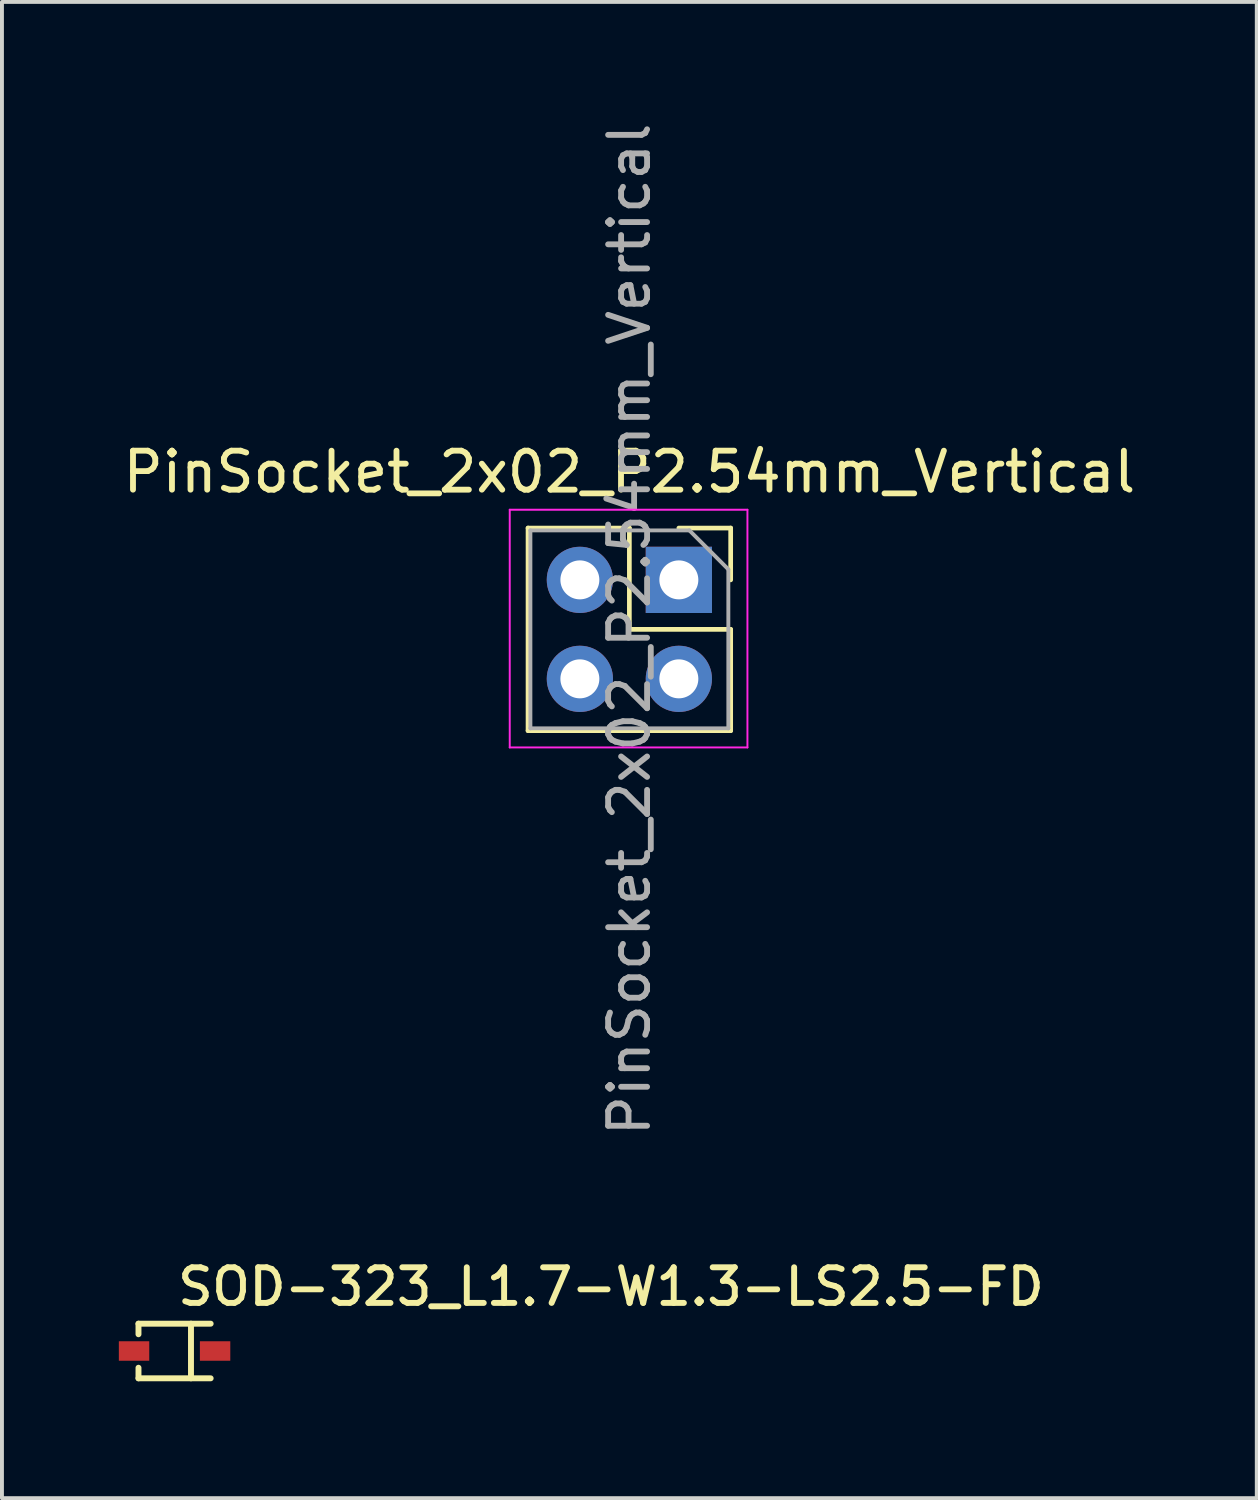
<source format=kicad_pcb>
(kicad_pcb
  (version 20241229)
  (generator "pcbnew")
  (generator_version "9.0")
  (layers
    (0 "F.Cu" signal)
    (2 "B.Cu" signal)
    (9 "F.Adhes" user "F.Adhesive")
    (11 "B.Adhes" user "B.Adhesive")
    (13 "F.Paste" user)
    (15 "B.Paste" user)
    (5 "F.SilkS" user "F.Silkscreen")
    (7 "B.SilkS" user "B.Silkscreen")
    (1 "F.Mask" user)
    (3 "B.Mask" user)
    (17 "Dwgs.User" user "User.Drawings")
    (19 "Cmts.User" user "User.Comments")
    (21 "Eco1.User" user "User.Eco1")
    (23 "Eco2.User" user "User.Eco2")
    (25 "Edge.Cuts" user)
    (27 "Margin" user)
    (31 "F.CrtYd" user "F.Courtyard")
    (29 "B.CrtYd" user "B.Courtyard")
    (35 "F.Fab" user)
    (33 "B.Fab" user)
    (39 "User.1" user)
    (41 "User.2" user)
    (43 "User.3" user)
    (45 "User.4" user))
  (footprint "SOD-323_L1.7-W1.3-LS2.5-FD"
    (layer "F.Cu")
    (at 1.43 31.62)
    (property "Reference" "SOD-323_L1.7-W1.3-LS2.5-FD" (at 0 -2.184 0) (layer "F.SilkS") (effects (font (size 0.914 0.914) (thickness 0.152)) (justify left top)))
    (fp_line (start -0.926 -0.701) (end -0.926 -0.43) (stroke (width 0.152) (type default)) (layer "F.SilkS"))
    (fp_line (start -0.926 -0.701) (end 0.926 -0.701) (stroke (width 0.152) (type default)) (layer "F.SilkS"))
    (fp_line (start -0.926 0.43) (end -0.926 0.701) (stroke (width 0.152) (type default)) (layer "F.SilkS"))
    (fp_line (start -0.926 0.701) (end 0.926 0.701) (stroke (width 0.152) (type default)) (layer "F.SilkS"))
    (fp_line (start 0.421 -0.701) (end 0.421 0.701) (stroke (width 0.152) (type default)) (layer "F.SilkS"))
    (fp_circle (center -1.25 0.625) (end -1.22 0.625) (stroke (width 0.06) (type default)) (fill no) (layer "User.5"))
    (pad "1" smd rect (at -1.04 0) (size 0.78 0.5) (layers "F.Cu" "F.Mask" "F.Paste"))
    (pad "2" smd rect (at 1.04 0) (size 0.78 0.5) (layers "F.Cu" "F.Mask" "F.Paste"))
    (zone (net_name "") (layer "F.SilkS") (hatch edge 0.5) (priority 100) (connect_pads yes) (min_thickness 0) (filled_areas_thickness no) (fill yes) (polygon (pts (xy 2.28 31.3) (xy 2.585 31.3) (xy 2.585 30.843) (xy 2.28 30.843))) (filled_polygon (layer "F.SilkS") (island) (pts (xy 2.28 31.3) (xy 2.585 31.3) (xy 2.585 30.843) (xy 2.28 30.843))))
    (zone (net_name "") (layer "F.SilkS") (hatch edge 0.5) (priority 100) (connect_pads yes) (min_thickness 0) (filled_areas_thickness no) (fill yes) (polygon (pts (xy 2.28 31.94) (xy 2.585 31.94) (xy 2.585 32.397) (xy 2.28 32.397))) (filled_polygon (layer "F.SilkS") (island) (pts (xy 2.28 31.94) (xy 2.585 31.94) (xy 2.585 32.397) (xy 2.28 32.397))))
    (zone (net_name "") (layer "Dwgs.User") (hatch edge 0.5) (priority 100) (connect_pads yes) (min_thickness 0) (filled_areas_thickness no) (fill yes) (polygon (pts (xy 0.316 31.703) (xy 0.316 31.553) (xy 0.916 31.553) (xy 0.916 31.703))) (filled_polygon (layer "Dwgs.User") (island) (pts (xy 0.316 31.703) (xy 0.316 31.553) (xy 0.916 31.553) (xy 0.916 31.703))))
    (zone (net_name "") (layer "Dwgs.User") (hatch edge 0.5) (priority 100) (connect_pads yes) (min_thickness 0) (filled_areas_thickness no) (fill yes) (polygon (pts (xy 0.541 32.128) (xy 0.541 31.128) (xy 0.691 31.128) (xy 0.691 32.128))) (filled_polygon (layer "Dwgs.User") (island) (pts (xy 0.541 32.128) (xy 0.541 31.128) (xy 0.691 31.128) (xy 0.691 32.128))))
    (zone (net_name "") (layer "Dwgs.User") (hatch edge 0.5) (priority 100) (connect_pads yes) (min_thickness 0) (filled_areas_thickness no) (fill yes) (polygon (pts (xy 2.746 31.695) (xy 2.746 31.545) (xy 2.146 31.545) (xy 2.146 31.695))) (filled_polygon (layer "Dwgs.User") (island) (pts (xy 2.746 31.695) (xy 2.746 31.545) (xy 2.146 31.545) (xy 2.146 31.695))))
    (zone (net_name "") (layer "User.3") (hatch edge 0.5) (priority 100) (connect_pads yes) (min_thickness 0) (filled_areas_thickness no) (fill yes) (polygon (pts (xy 0.58 32.245) (xy 2.28 32.245) (xy 2.28 30.995) (xy 0.58 30.995))) (filled_polygon (layer "User.3") (island) (pts (xy 0.58 32.245) (xy 2.28 32.245) (xy 2.28 30.995) (xy 0.58 30.995))))
    (zone (net_name "") (layer "User.4") (hatch edge 0.5) (priority 100) (connect_pads yes) (min_thickness 0) (filled_areas_thickness no) (fill yes) (polygon (pts (xy 0.18 31.78) (xy 0.48 31.78) (xy 0.48 31.46) (xy 0.18 31.46))) (filled_polygon (layer "User.4") (island) (pts (xy 0.18 31.78) (xy 0.48 31.78) (xy 0.48 31.46) (xy 0.18 31.46))))
    (zone (net_name "") (layer "User.4") (hatch edge 0.5) (priority 100) (connect_pads) (min_thickness 0) (filled_areas_thickness no) (keepout (tracks allowed) (vias allowed) (pads allowed) (copperpour not_allowed) (footprints allowed)) (placement (enabled no)) (fill) (polygon (pts (xy 0.47 31.78) (xy 0.59 31.78) (xy 0.59 31.46) (xy 0.47 31.46))))
    (zone (net_name "") (layer "User.4") (hatch edge 0.5) (priority 100) (connect_pads) (min_thickness 0) (filled_areas_thickness no) (keepout (tracks allowed) (vias allowed) (pads allowed) (copperpour not_allowed) (footprints allowed)) (placement (enabled no)) (fill) (polygon (pts (xy 2.39 31.78) (xy 2.27 31.78) (xy 2.27 31.46) (xy 2.39 31.46))))
    (zone (net_name "") (layer "User.4") (hatch edge 0.5) (priority 100) (connect_pads yes) (min_thickness 0) (filled_areas_thickness no) (fill yes) (polygon (pts (xy 2.68 31.78) (xy 2.38 31.78) (xy 2.38 31.46) (xy 2.68 31.46))) (filled_polygon (layer "User.4") (island) (pts (xy 2.68 31.78) (xy 2.38 31.78) (xy 2.38 31.46) (xy 2.68 31.46)))))
  (footprint "PinSocket_2x02_P2.54mm_Vertical"
    (layer "F.Cu")
    (at 14.371 11.831)
    (property "Reference" "PinSocket_2x02_P2.54mm_Vertical" (at -1.27 -2.77 0) (layer "F.SilkS") (effects (font (size 1 1) (thickness 0.15))))
    (attr through_hole)
    (fp_line (start -3.87 -1.33) (end -3.87 3.87) (stroke (width 0.12) (type solid)) (layer "F.SilkS"))
    (fp_line (start -3.87 -1.33) (end -1.27 -1.33) (stroke (width 0.12) (type solid)) (layer "F.SilkS"))
    (fp_line (start -3.87 3.87) (end 1.33 3.87) (stroke (width 0.12) (type solid)) (layer "F.SilkS"))
    (fp_line (start -1.27 -1.33) (end -1.27 1.27) (stroke (width 0.12) (type solid)) (layer "F.SilkS"))
    (fp_line (start -1.27 1.27) (end 1.33 1.27) (stroke (width 0.12) (type solid)) (layer "F.SilkS"))
    (fp_line (start 0 -1.33) (end 1.33 -1.33) (stroke (width 0.12) (type solid)) (layer "F.SilkS"))
    (fp_line (start 1.33 -1.33) (end 1.33 0) (stroke (width 0.12) (type solid)) (layer "F.SilkS"))
    (fp_line (start 1.33 1.27) (end 1.33 3.87) (stroke (width 0.12) (type solid)) (layer "F.SilkS"))
    (fp_line (start -4.34 -1.8) (end 1.76 -1.8) (stroke (width 0.05) (type solid)) (layer "F.CrtYd"))
    (fp_line (start -4.34 4.3) (end -4.34 -1.8) (stroke (width 0.05) (type solid)) (layer "F.CrtYd"))
    (fp_line (start 1.76 -1.8) (end 1.76 4.3) (stroke (width 0.05) (type solid)) (layer "F.CrtYd"))
    (fp_line (start 1.76 4.3) (end -4.34 4.3) (stroke (width 0.05) (type solid)) (layer "F.CrtYd"))
    (fp_line (start -3.81 -1.27) (end 0.27 -1.27) (stroke (width 0.1) (type solid)) (layer "F.Fab"))
    (fp_line (start -3.81 3.81) (end -3.81 -1.27) (stroke (width 0.1) (type solid)) (layer "F.Fab"))
    (fp_line (start 0.27 -1.27) (end 1.27 -0.27) (stroke (width 0.1) (type solid)) (layer "F.Fab"))
    (fp_line (start 1.27 -0.27) (end 1.27 3.81) (stroke (width 0.1) (type solid)) (layer "F.Fab"))
    (fp_line (start 1.27 3.81) (end -3.81 3.81) (stroke (width 0.1) (type solid)) (layer "F.Fab"))
    (fp_text user "${REFERENCE}" (at -1.27 1.27 90) (layer "F.Fab") (effects (font (size 1 1) (thickness 0.15))))
    (pad "1" thru_hole rect (at 0 0) (size 1.7 1.7) (drill 1) (layers "*.Cu" "*.Mask"))
    (pad "2" thru_hole oval (at -2.54 0) (size 1.7 1.7) (drill 1) (layers "*.Cu" "*.Mask"))
    (pad "3" thru_hole oval (at 0 2.54) (size 1.7 1.7) (drill 1) (layers "*.Cu" "*.Mask"))
    (pad "4" thru_hole oval (at -2.54 2.54) (size 1.7 1.7) (drill 1) (layers "*.Cu" "*.Mask")))
  (gr_rect
    (start -3 -3)
    (end 29.202 35.397)
    (stroke (width 0.1) (type default))
    (fill no)
    (layer "Edge.Cuts")))
</source>
